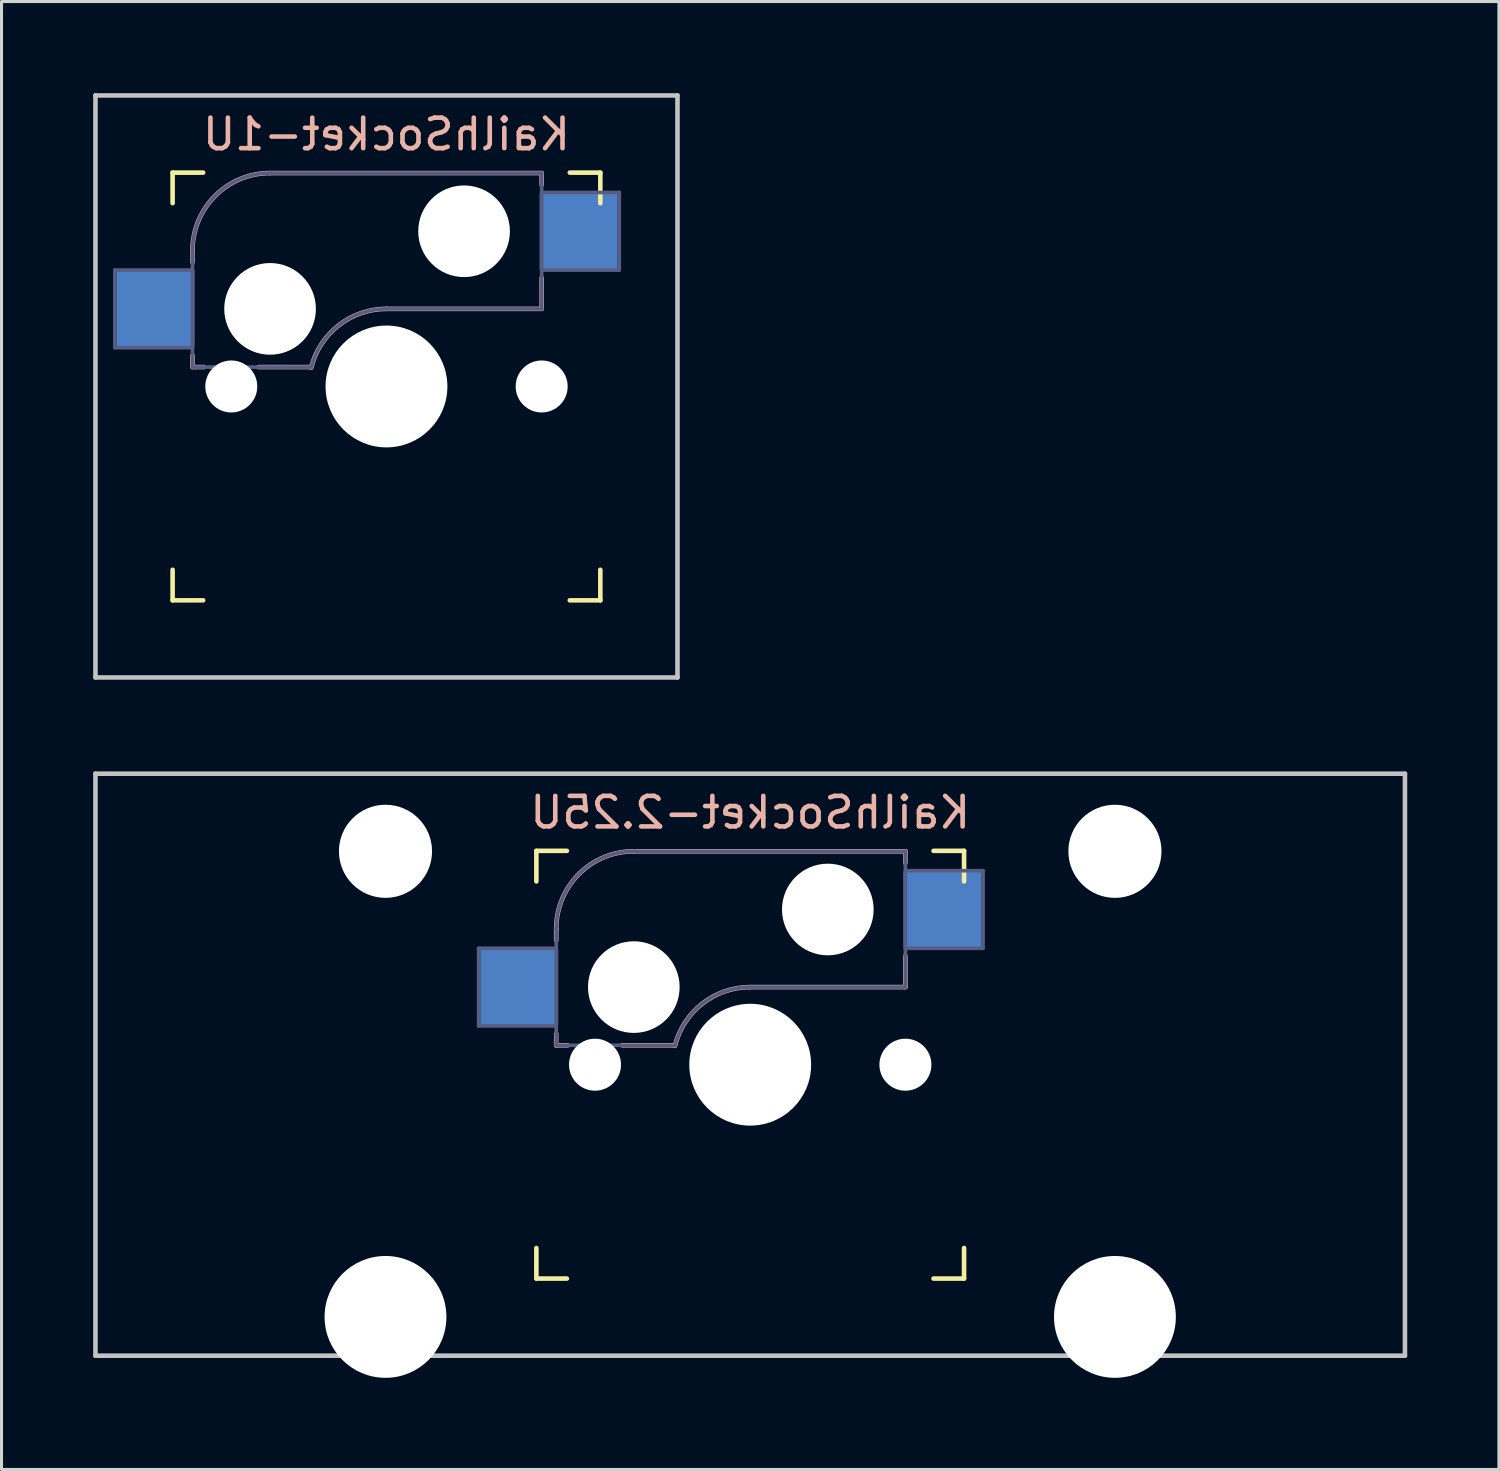
<source format=kicad_pcb>
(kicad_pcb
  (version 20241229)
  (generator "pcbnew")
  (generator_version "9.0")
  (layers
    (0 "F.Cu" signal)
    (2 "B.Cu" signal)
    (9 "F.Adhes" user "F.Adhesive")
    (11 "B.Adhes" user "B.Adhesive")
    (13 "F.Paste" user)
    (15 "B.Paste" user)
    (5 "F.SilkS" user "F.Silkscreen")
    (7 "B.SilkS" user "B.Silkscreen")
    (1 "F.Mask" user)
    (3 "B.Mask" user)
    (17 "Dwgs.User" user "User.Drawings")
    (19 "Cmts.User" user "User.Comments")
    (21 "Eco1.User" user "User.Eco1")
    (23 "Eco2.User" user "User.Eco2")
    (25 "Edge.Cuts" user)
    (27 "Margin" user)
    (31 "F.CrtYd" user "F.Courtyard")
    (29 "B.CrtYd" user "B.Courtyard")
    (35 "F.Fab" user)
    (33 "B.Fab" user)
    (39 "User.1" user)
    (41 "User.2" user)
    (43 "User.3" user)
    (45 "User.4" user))
  (footprint "KailhSocket-1U"
    (layer "F.Cu")
    (at 9.6 9.6)
    (property "Reference" "KailhSocket-1U" (at 0 -8.255 0) (layer "B.SilkS") (effects (font (size 1 1) (thickness 0.15)) (justify mirror)))
    (attr through_hole)
    (fp_line (start -7 -6) (end -7 -7) (stroke (width 0.15) (type solid)) (layer "F.SilkS"))
    (fp_line (start -7 7) (end -7 6) (stroke (width 0.15) (type solid)) (layer "F.SilkS"))
    (fp_line (start -7 7) (end -6 7) (stroke (width 0.15) (type solid)) (layer "F.SilkS"))
    (fp_line (start -6 -7) (end -7 -7) (stroke (width 0.15) (type solid)) (layer "F.SilkS"))
    (fp_line (start 6 7) (end 7 7) (stroke (width 0.15) (type solid)) (layer "F.SilkS"))
    (fp_line (start 7 -7) (end 6 -7) (stroke (width 0.15) (type solid)) (layer "F.SilkS"))
    (fp_line (start 7 -7) (end 7 -6) (stroke (width 0.15) (type solid)) (layer "F.SilkS"))
    (fp_line (start 7 6) (end 7 7) (stroke (width 0.15) (type solid)) (layer "F.SilkS"))
    (fp_line (start -6.35 -4.445) (end -6.35 -4.064) (stroke (width 0.15) (type solid)) (layer "B.SilkS"))
    (fp_line (start -6.35 -1.016) (end -6.35 -0.635) (stroke (width 0.15) (type solid)) (layer "B.SilkS"))
    (fp_line (start -5.969 -0.635) (end -6.35 -0.635) (stroke (width 0.15) (type solid)) (layer "B.SilkS"))
    (fp_line (start -3.81 -6.985) (end 5.08 -6.985) (stroke (width 0.15) (type solid)) (layer "B.SilkS"))
    (fp_line (start -2.464 -0.635) (end -4.191 -0.635) (stroke (width 0.15) (type solid)) (layer "B.SilkS"))
    (fp_line (start 5.08 -6.985) (end 5.08 -6.604) (stroke (width 0.15) (type solid)) (layer "B.SilkS"))
    (fp_line (start 5.08 -3.556) (end 5.08 -2.54) (stroke (width 0.15) (type solid)) (layer "B.SilkS"))
    (fp_line (start 5.08 -2.54) (end 0 -2.54) (stroke (width 0.15) (type solid)) (layer "B.SilkS"))
    (fp_arc (start -6.35 -4.445) (mid -5.606051 -6.241051) (end -3.81 -6.985) (stroke (width 0.15) (type solid)) (layer "B.SilkS"))
    (fp_arc (start -2.464162 -0.61604) (mid -1.563147 -2.002042) (end 0 -2.54) (stroke (width 0.15) (type solid)) (layer "B.SilkS"))
    (fp_line (start -9.525 -9.525) (end 9.525 -9.525) (stroke (width 0.15) (type solid)) (layer "Dwgs.User"))
    (fp_line (start -9.525 9.525) (end -9.525 -9.525) (stroke (width 0.15) (type solid)) (layer "Dwgs.User"))
    (fp_line (start 9.525 -9.525) (end 9.525 9.525) (stroke (width 0.15) (type solid)) (layer "Dwgs.User"))
    (fp_line (start 9.525 9.525) (end -9.525 9.525) (stroke (width 0.15) (type solid)) (layer "Dwgs.User"))
    (fp_line (start -7 -7) (end 7 -7) (stroke (width 0.12) (type solid)) (layer "Eco1.User"))
    (fp_line (start -7 7) (end -7 -7) (stroke (width 0.12) (type solid)) (layer "Eco1.User"))
    (fp_line (start 7 -7) (end 7 7) (stroke (width 0.12) (type solid)) (layer "Eco1.User"))
    (fp_line (start 7 7) (end -7 7) (stroke (width 0.12) (type solid)) (layer "Eco1.User"))
    (fp_line (start -8.89 -3.81) (end -6.35 -3.81) (stroke (width 0.12) (type solid)) (layer "B.Fab"))
    (fp_line (start -8.89 -1.27) (end -8.89 -3.81) (stroke (width 0.12) (type solid)) (layer "B.Fab"))
    (fp_line (start -6.35 -1.27) (end -8.89 -1.27) (stroke (width 0.12) (type solid)) (layer "B.Fab"))
    (fp_line (start -6.35 -0.635) (end -6.35 -4.445) (stroke (width 0.12) (type solid)) (layer "B.Fab"))
    (fp_line (start -6.35 -0.635) (end -2.54 -0.635) (stroke (width 0.12) (type solid)) (layer "B.Fab"))
    (fp_line (start -3.81 -6.985) (end 5.08 -6.985) (stroke (width 0.12) (type solid)) (layer "B.Fab"))
    (fp_line (start 5.08 -6.985) (end 5.08 -2.54) (stroke (width 0.12) (type solid)) (layer "B.Fab"))
    (fp_line (start 5.08 -6.35) (end 7.62 -6.35) (stroke (width 0.12) (type solid)) (layer "B.Fab"))
    (fp_line (start 5.08 -2.54) (end 0 -2.54) (stroke (width 0.12) (type solid)) (layer "B.Fab"))
    (fp_line (start 7.62 -6.35) (end 7.62 -3.81) (stroke (width 0.12) (type solid)) (layer "B.Fab"))
    (fp_line (start 7.62 -3.81) (end 5.08 -3.81) (stroke (width 0.12) (type solid)) (layer "B.Fab"))
    (fp_arc (start -6.35 -4.445) (mid -5.606051 -6.241051) (end -3.81 -6.985) (stroke (width 0.12) (type solid)) (layer "B.Fab"))
    (fp_arc (start -2.464162 -0.61604) (mid -1.563147 -2.002042) (end 0 -2.54) (stroke (width 0.12) (type solid)) (layer "B.Fab"))
    (pad "" np_thru_hole circle (at -5.08 0) (size 1.702 1.702) (drill 1.702) (layers "*.Cu" "*.Mask"))
    (pad "" np_thru_hole circle (at -3.81 -2.54) (size 3 3) (drill 3) (layers "*.Cu" "*.Mask"))
    (pad "" np_thru_hole circle (at 0 0) (size 3.988 3.988) (drill 3.988) (layers "*.Cu" "*.Mask"))
    (pad "" np_thru_hole circle (at 2.54 -5.08) (size 3 3) (drill 3) (layers "*.Cu" "*.Mask"))
    (pad "" np_thru_hole circle (at 5.08 0) (size 1.702 1.702) (drill 1.702) (layers "*.Cu" "*.Mask"))
    (pad "1" smd rect (at 6.29 -5.08) (size 2.55 2.5) (layers "B.Cu" "B.Mask" "B.Paste"))
    (pad "2" smd rect (at -7.56 -2.54) (size 2.55 2.5) (layers "B.Cu" "B.Mask" "B.Paste")))
  (footprint "KailhSocket-2.25U"
    (layer "F.Cu")
    (at 21.506 31.8)
    (property "Reference" "KailhSocket-2.25U" (at 0 -8.255 0) (layer "B.SilkS") (effects (font (size 1 1) (thickness 0.15)) (justify mirror)))
    (attr through_hole)
    (fp_line (start -7 -6) (end -7 -7) (stroke (width 0.15) (type solid)) (layer "F.SilkS"))
    (fp_line (start -7 7) (end -7 6) (stroke (width 0.15) (type solid)) (layer "F.SilkS"))
    (fp_line (start -7 7) (end -6 7) (stroke (width 0.15) (type solid)) (layer "F.SilkS"))
    (fp_line (start -6 -7) (end -7 -7) (stroke (width 0.15) (type solid)) (layer "F.SilkS"))
    (fp_line (start 6 7) (end 7 7) (stroke (width 0.15) (type solid)) (layer "F.SilkS"))
    (fp_line (start 7 -7) (end 6 -7) (stroke (width 0.15) (type solid)) (layer "F.SilkS"))
    (fp_line (start 7 -7) (end 7 -6) (stroke (width 0.15) (type solid)) (layer "F.SilkS"))
    (fp_line (start 7 6) (end 7 7) (stroke (width 0.15) (type solid)) (layer "F.SilkS"))
    (fp_line (start -6.35 -4.445) (end -6.35 -4.064) (stroke (width 0.15) (type solid)) (layer "B.SilkS"))
    (fp_line (start -6.35 -1.016) (end -6.35 -0.635) (stroke (width 0.15) (type solid)) (layer "B.SilkS"))
    (fp_line (start -5.969 -0.635) (end -6.35 -0.635) (stroke (width 0.15) (type solid)) (layer "B.SilkS"))
    (fp_line (start -3.81 -6.985) (end 5.08 -6.985) (stroke (width 0.15) (type solid)) (layer "B.SilkS"))
    (fp_line (start -2.464 -0.635) (end -4.191 -0.635) (stroke (width 0.15) (type solid)) (layer "B.SilkS"))
    (fp_line (start 5.08 -6.985) (end 5.08 -6.604) (stroke (width 0.15) (type solid)) (layer "B.SilkS"))
    (fp_line (start 5.08 -3.556) (end 5.08 -2.54) (stroke (width 0.15) (type solid)) (layer "B.SilkS"))
    (fp_line (start 5.08 -2.54) (end 0 -2.54) (stroke (width 0.15) (type solid)) (layer "B.SilkS"))
    (fp_arc (start -6.35 -4.445) (mid -5.606051 -6.241051) (end -3.81 -6.985) (stroke (width 0.15) (type solid)) (layer "B.SilkS"))
    (fp_arc (start -2.464162 -0.61604) (mid -1.563147 -2.002042) (end 0 -2.54) (stroke (width 0.15) (type solid)) (layer "B.SilkS"))
    (fp_line (start -21.431 -9.525) (end 21.431 -9.525) (stroke (width 0.15) (type solid)) (layer "Dwgs.User"))
    (fp_line (start -21.431 9.525) (end -21.431 -9.525) (stroke (width 0.15) (type solid)) (layer "Dwgs.User"))
    (fp_line (start -21.431 9.525) (end 21.431 9.525) (stroke (width 0.15) (type solid)) (layer "Dwgs.User"))
    (fp_line (start 21.431 -9.525) (end 21.431 9.525) (stroke (width 0.15) (type solid)) (layer "Dwgs.User"))
    (fp_line (start -16.095 -2.299) (end -16.095 0.5) (stroke (width 0.12) (type solid)) (layer "Eco1.User"))
    (fp_line (start -16.095 0.5) (end -15.27 0.5) (stroke (width 0.12) (type solid)) (layer "Eco1.User"))
    (fp_line (start -15.27 -5.529) (end -15.27 -2.299) (stroke (width 0.12) (type solid)) (layer "Eco1.User"))
    (fp_line (start -15.27 -2.299) (end -16.095 -2.299) (stroke (width 0.12) (type solid)) (layer "Eco1.User"))
    (fp_line (start -15.27 0.5) (end -15.27 6.77) (stroke (width 0.12) (type solid)) (layer "Eco1.User"))
    (fp_line (start -15.27 6.77) (end -13.545 6.77) (stroke (width 0.12) (type solid)) (layer "Eco1.User"))
    (fp_line (start -13.545 6.77) (end -13.545 7.97) (stroke (width 0.12) (type solid)) (layer "Eco1.User"))
    (fp_line (start -13.545 7.97) (end -10.246 7.97) (stroke (width 0.12) (type solid)) (layer "Eco1.User"))
    (fp_line (start -10.246 6.77) (end -8.52 6.77) (stroke (width 0.12) (type solid)) (layer "Eco1.User"))
    (fp_line (start -10.246 7.97) (end -10.246 6.77) (stroke (width 0.12) (type solid)) (layer "Eco1.User"))
    (fp_line (start -8.52 -5.529) (end -15.27 -5.529) (stroke (width 0.12) (type solid)) (layer "Eco1.User"))
    (fp_line (start -8.52 -2.299) (end -8.52 -5.529) (stroke (width 0.12) (type solid)) (layer "Eco1.User"))
    (fp_line (start -8.52 2.301) (end -6.995 2.301) (stroke (width 0.12) (type solid)) (layer "Eco1.User"))
    (fp_line (start -8.52 6.77) (end -8.52 2.301) (stroke (width 0.12) (type solid)) (layer "Eco1.User"))
    (fp_line (start -6.995 -6.999) (end -6.995 -2.299) (stroke (width 0.12) (type solid)) (layer "Eco1.User"))
    (fp_line (start -6.995 -2.299) (end -8.52 -2.299) (stroke (width 0.12) (type solid)) (layer "Eco1.User"))
    (fp_line (start -6.995 2.301) (end -6.995 7) (stroke (width 0.12) (type solid)) (layer "Eco1.User"))
    (fp_line (start -6.995 7) (end 7.005 7) (stroke (width 0.12) (type solid)) (layer "Eco1.User"))
    (fp_line (start 7.005 -6.999) (end -6.995 -6.999) (stroke (width 0.12) (type solid)) (layer "Eco1.User"))
    (fp_line (start 7.005 -2.299) (end 7.005 -6.999) (stroke (width 0.12) (type solid)) (layer "Eco1.User"))
    (fp_line (start 7.005 2.301) (end 8.53 2.301) (stroke (width 0.12) (type solid)) (layer "Eco1.User"))
    (fp_line (start 7.005 7) (end 7.005 2.301) (stroke (width 0.12) (type solid)) (layer "Eco1.User"))
    (fp_line (start 8.53 -5.529) (end 8.53 -2.299) (stroke (width 0.12) (type solid)) (layer "Eco1.User"))
    (fp_line (start 8.53 -2.299) (end 7.005 -2.299) (stroke (width 0.12) (type solid)) (layer "Eco1.User"))
    (fp_line (start 8.53 2.301) (end 8.53 6.77) (stroke (width 0.12) (type solid)) (layer "Eco1.User"))
    (fp_line (start 8.53 6.77) (end 10.255 6.77) (stroke (width 0.12) (type solid)) (layer "Eco1.User"))
    (fp_line (start 10.255 6.77) (end 10.255 7.97) (stroke (width 0.12) (type solid)) (layer "Eco1.User"))
    (fp_line (start 10.255 7.97) (end 13.554 7.97) (stroke (width 0.12) (type solid)) (layer "Eco1.User"))
    (fp_line (start 13.554 6.77) (end 15.28 6.77) (stroke (width 0.12) (type solid)) (layer "Eco1.User"))
    (fp_line (start 13.554 7.97) (end 13.554 6.77) (stroke (width 0.12) (type solid)) (layer "Eco1.User"))
    (fp_line (start 15.28 -5.529) (end 8.53 -5.529) (stroke (width 0.12) (type solid)) (layer "Eco1.User"))
    (fp_line (start 15.28 -2.299) (end 15.28 -5.529) (stroke (width 0.12) (type solid)) (layer "Eco1.User"))
    (fp_line (start 15.28 0.5) (end 16.105 0.5) (stroke (width 0.12) (type solid)) (layer "Eco1.User"))
    (fp_line (start 15.28 6.77) (end 15.28 0.5) (stroke (width 0.12) (type solid)) (layer "Eco1.User"))
    (fp_line (start 16.105 -2.299) (end 15.28 -2.299) (stroke (width 0.12) (type solid)) (layer "Eco1.User"))
    (fp_line (start 16.105 0.5) (end 16.105 -2.299) (stroke (width 0.12) (type solid)) (layer "Eco1.User"))
    (fp_line (start -8.89 -3.81) (end -6.35 -3.81) (stroke (width 0.12) (type solid)) (layer "B.Fab"))
    (fp_line (start -8.89 -1.27) (end -8.89 -3.81) (stroke (width 0.12) (type solid)) (layer "B.Fab"))
    (fp_line (start -6.35 -1.27) (end -8.89 -1.27) (stroke (width 0.12) (type solid)) (layer "B.Fab"))
    (fp_line (start -6.35 -0.635) (end -6.35 -4.445) (stroke (width 0.12) (type solid)) (layer "B.Fab"))
    (fp_line (start -6.35 -0.635) (end -2.54 -0.635) (stroke (width 0.12) (type solid)) (layer "B.Fab"))
    (fp_line (start -3.81 -6.985) (end 5.08 -6.985) (stroke (width 0.12) (type solid)) (layer "B.Fab"))
    (fp_line (start 5.08 -6.985) (end 5.08 -2.54) (stroke (width 0.12) (type solid)) (layer "B.Fab"))
    (fp_line (start 5.08 -6.35) (end 7.62 -6.35) (stroke (width 0.12) (type solid)) (layer "B.Fab"))
    (fp_line (start 5.08 -2.54) (end 0 -2.54) (stroke (width 0.12) (type solid)) (layer "B.Fab"))
    (fp_line (start 7.62 -6.35) (end 7.62 -3.81) (stroke (width 0.12) (type solid)) (layer "B.Fab"))
    (fp_line (start 7.62 -3.81) (end 5.08 -3.81) (stroke (width 0.12) (type solid)) (layer "B.Fab"))
    (fp_arc (start -6.35 -4.445) (mid -5.606051 -6.241051) (end -3.81 -6.985) (stroke (width 0.12) (type solid)) (layer "B.Fab"))
    (fp_arc (start -2.464162 -0.61604) (mid -1.563147 -2.002042) (end 0 -2.54) (stroke (width 0.12) (type solid)) (layer "B.Fab"))
    (pad "" np_thru_hole circle (at -11.938 -6.985) (size 3.048 3.048) (drill 3.048) (layers "*.Cu" "*.Mask"))
    (pad "" np_thru_hole circle (at -11.938 8.255) (size 3.988 3.988) (drill 3.988) (layers "*.Cu" "*.Mask"))
    (pad "" np_thru_hole circle (at -5.08 0) (size 1.702 1.702) (drill 1.702) (layers "*.Cu" "*.Mask"))
    (pad "" np_thru_hole circle (at -3.81 -2.54) (size 3 3) (drill 3) (layers "*.Cu" "*.Mask"))
    (pad "" np_thru_hole circle (at 0 0) (size 3.988 3.988) (drill 3.988) (layers "*.Cu" "*.Mask"))
    (pad "" np_thru_hole circle (at 2.54 -5.08) (size 3 3) (drill 3) (layers "*.Cu" "*.Mask"))
    (pad "" np_thru_hole circle (at 5.08 0) (size 1.702 1.702) (drill 1.702) (layers "*.Cu" "*.Mask"))
    (pad "" np_thru_hole circle (at 11.938 -6.985) (size 3.048 3.048) (drill 3.048) (layers "*.Cu" "*.Mask"))
    (pad "" np_thru_hole circle (at 11.938 8.255) (size 3.988 3.988) (drill 3.988) (layers "*.Cu" "*.Mask"))
    (pad "1" smd rect (at 6.29 -5.08) (size 2.55 2.5) (layers "B.Cu" "B.Mask" "B.Paste"))
    (pad "2" smd rect (at -7.56 -2.54) (size 2.55 2.5) (layers "B.Cu" "B.Mask" "B.Paste")))
  (gr_rect
    (start -3 -3)
    (end 46.013 45.049)
    (stroke (width 0.1) (type default))
    (fill no)
    (layer "Edge.Cuts")))
</source>
